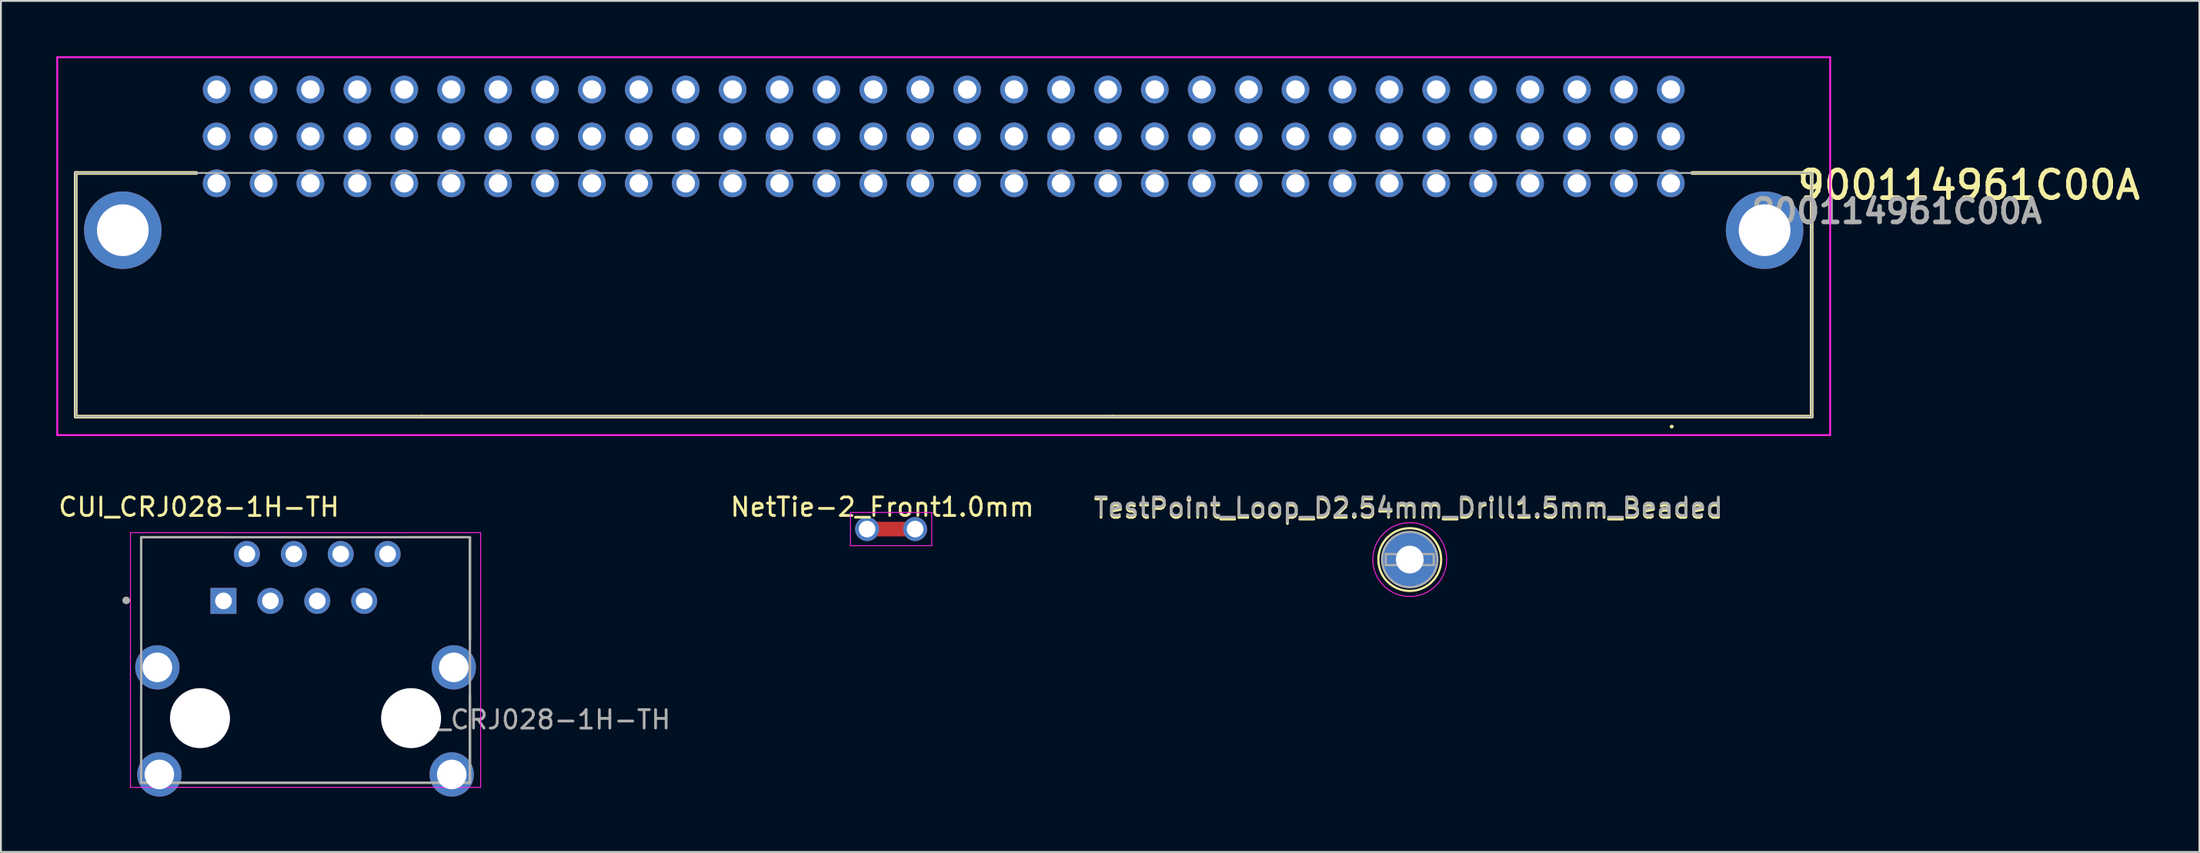
<source format=kicad_pcb>
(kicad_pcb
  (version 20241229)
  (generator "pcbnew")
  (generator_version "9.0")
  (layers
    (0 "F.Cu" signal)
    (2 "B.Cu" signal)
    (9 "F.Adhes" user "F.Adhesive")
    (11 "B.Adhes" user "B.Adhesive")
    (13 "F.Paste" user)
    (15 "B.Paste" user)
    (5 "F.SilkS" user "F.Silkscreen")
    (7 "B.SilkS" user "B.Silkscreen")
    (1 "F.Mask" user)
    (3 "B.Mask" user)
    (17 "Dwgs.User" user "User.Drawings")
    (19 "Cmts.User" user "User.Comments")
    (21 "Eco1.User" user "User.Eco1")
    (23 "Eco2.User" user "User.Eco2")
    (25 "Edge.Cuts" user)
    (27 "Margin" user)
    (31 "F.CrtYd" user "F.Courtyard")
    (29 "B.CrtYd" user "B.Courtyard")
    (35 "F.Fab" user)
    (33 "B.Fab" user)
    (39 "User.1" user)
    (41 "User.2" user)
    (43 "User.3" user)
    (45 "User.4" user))
  (footprint "TestPoint_Loop_D2.54mm_Drill1.5mm_Beaded"
    (layer "F.Cu")
    (at 73.286 27.263)
    (property "Reference" "TestPoint_Loop_D2.54mm_Drill1.5mm_Beaded" (at -0.076 -2.743 0) (layer "F.SilkS") (effects (font (size 1 1) (thickness 0.15))))
    (attr through_hole)
    (fp_circle (center 0 0) (end 1.7 0) (stroke (width 0.12) (type solid)) (fill no) (layer "F.SilkS"))
    (fp_circle (center 0 0) (end 2 0) (stroke (width 0.05) (type solid)) (fill no) (layer "F.CrtYd"))
    (fp_line (start -1.3 -0.3) (end -1.3 0.3) (stroke (width 0.12) (type solid)) (layer "F.Fab"))
    (fp_line (start -1.3 0.3) (end 1.3 0.3) (stroke (width 0.12) (type solid)) (layer "F.Fab"))
    (fp_line (start 1.3 -0.3) (end -1.3 -0.3) (stroke (width 0.12) (type solid)) (layer "F.Fab"))
    (fp_line (start 1.3 0.3) (end 1.3 -0.3) (stroke (width 0.12) (type solid)) (layer "F.Fab"))
    (fp_circle (center 0 0) (end 1.5 0) (stroke (width 0.12) (type solid)) (fill no) (layer "F.Fab"))
    (fp_text user "${REFERENCE}" (at -0.076 -2.845 0) (layer "F.Fab") (effects (font (size 1 1) (thickness 0.15))))
    (pad "1" thru_hole circle (at 0 0) (size 3 3) (drill 1.5) (layers "*.Cu" "*.Mask")))
  (footprint "NetTie-2_Front1.0mm"
    (layer "F.Cu")
    (at 43.902 25.612)
    (property "Reference" "NetTie-2_Front1.0mm" (at 0.82 -1.194 0) (layer "F.SilkS") (effects (font (size 1 1) (thickness 0.15))))
    (attr exclude_from_pos_files)
    (fp_poly (pts (xy 0 -0.396) (xy 2.6 -0.396) (xy 2.6 0.396) (xy 0 0.396)) (stroke (width 0) (type solid)) (fill yes) (layer "F.Cu"))
    (fp_line (start -0.9 -0.9) (end 3.5 -0.9) (stroke (width 0.05) (type solid)) (layer "F.CrtYd"))
    (fp_line (start -0.9 0.9) (end -0.9 -0.9) (stroke (width 0.05) (type solid)) (layer "F.CrtYd"))
    (fp_line (start 3.5 -0.9) (end 3.5 0.9) (stroke (width 0.05) (type solid)) (layer "F.CrtYd"))
    (fp_line (start 3.5 0.9) (end -0.9 0.9) (stroke (width 0.05) (type solid)) (layer "F.CrtYd"))
    (pad "1" thru_hole circle (at 0 0) (size 1.3 1.3) (drill 0.9) (layers "*.Cu"))
    (pad "2" thru_hole circle (at 2.6 0) (size 1.3 1.3) (drill 0.9) (layers "*.Cu")))
  (footprint "900114961C00A"
    (layer "F.Cu")
    (at 87.42 6.88)
    (property "Reference" "900114961C00A" (at 16.142 0.095 0) (layer "F.SilkS") (effects (font (size 1.5 1.5) (thickness 0.254))))
    (attr through_hole)
    (fp_line (start -86.37 -0.56) (end -79.84 -0.56) (stroke (width 0.2) (type solid)) (layer "F.SilkS"))
    (fp_line (start -86.37 12.64) (end -86.37 -0.56) (stroke (width 0.2) (type solid)) (layer "F.SilkS"))
    (fp_line (start -67.64 12.64) (end -86.37 12.64) (stroke (width 0.2) (type solid)) (layer "F.SilkS"))
    (fp_line (start -30.24 12.64) (end -67.64 12.64) (stroke (width 0.2) (type solid)) (layer "F.SilkS"))
    (fp_line (start 0 13.18) (end 0 13.18) (stroke (width 0.1) (type solid)) (layer "F.SilkS"))
    (fp_line (start 0.1 13.18) (end 0.1 13.18) (stroke (width 0.1) (type solid)) (layer "F.SilkS"))
    (fp_line (start 1.16 -0.56) (end 7.63 -0.56) (stroke (width 0.2) (type solid)) (layer "F.SilkS"))
    (fp_line (start 7.63 -0.56) (end 7.63 12.64) (stroke (width 0.2) (type solid)) (layer "F.SilkS"))
    (fp_line (start 7.63 12.64) (end -30.24 12.64) (stroke (width 0.2) (type solid)) (layer "F.SilkS"))
    (fp_arc (start 0 13.18) (mid 0.05 13.13) (end 0.1 13.18) (stroke (width 0.1) (type solid)) (layer "F.SilkS"))
    (fp_arc (start 0.1 13.18) (mid 0.05 13.23) (end 0 13.18) (stroke (width 0.1) (type solid)) (layer "F.SilkS"))
    (fp_line (start -87.37 -6.83) (end 8.63 -6.83) (stroke (width 0.1) (type solid)) (layer "F.CrtYd"))
    (fp_line (start -87.37 13.64) (end -87.37 -6.83) (stroke (width 0.1) (type solid)) (layer "F.CrtYd"))
    (fp_line (start 8.63 -6.83) (end 8.63 13.64) (stroke (width 0.1) (type solid)) (layer "F.CrtYd"))
    (fp_line (start 8.63 13.64) (end -87.37 13.64) (stroke (width 0.1) (type solid)) (layer "F.CrtYd"))
    (fp_line (start -86.37 -0.56) (end 7.63 -0.56) (stroke (width 0.1) (type solid)) (layer "F.Fab"))
    (fp_line (start -86.37 12.64) (end -86.37 -0.56) (stroke (width 0.1) (type solid)) (layer "F.Fab"))
    (fp_line (start 7.63 -0.56) (end 7.63 12.64) (stroke (width 0.1) (type solid)) (layer "F.Fab"))
    (fp_line (start 7.63 12.64) (end -86.37 12.64) (stroke (width 0.1) (type solid)) (layer "F.Fab"))
    (fp_text user "${REFERENCE}" (at 12.243 1.516 0) (layer "F.Fab") (effects (font (size 1.27 1.27) (thickness 0.254))))
    (pad "A1" thru_hole circle (at -78.74 0) (size 1.5 1.5) (drill 1) (layers "*.Cu" "*.Mask"))
    (pad "A2" thru_hole circle (at -76.2 0) (size 1.5 1.5) (drill 1) (layers "*.Cu" "*.Mask"))
    (pad "A3" thru_hole circle (at -73.66 0) (size 1.5 1.5) (drill 1) (layers "*.Cu" "*.Mask"))
    (pad "A4" thru_hole circle (at -71.12 0) (size 1.5 1.5) (drill 1) (layers "*.Cu" "*.Mask"))
    (pad "A5" thru_hole circle (at -68.58 0) (size 1.5 1.5) (drill 1) (layers "*.Cu" "*.Mask"))
    (pad "A6" thru_hole circle (at -66.04 0) (size 1.5 1.5) (drill 1) (layers "*.Cu" "*.Mask"))
    (pad "A7" thru_hole circle (at -63.5 0) (size 1.5 1.5) (drill 1) (layers "*.Cu" "*.Mask"))
    (pad "A8" thru_hole circle (at -60.96 0) (size 1.5 1.5) (drill 1) (layers "*.Cu" "*.Mask"))
    (pad "A9" thru_hole circle (at -58.42 0) (size 1.5 1.5) (drill 1) (layers "*.Cu" "*.Mask"))
    (pad "A10" thru_hole circle (at -55.88 0) (size 1.5 1.5) (drill 1) (layers "*.Cu" "*.Mask"))
    (pad "A11" thru_hole circle (at -53.34 0) (size 1.5 1.5) (drill 1) (layers "*.Cu" "*.Mask"))
    (pad "A12" thru_hole circle (at -50.8 0) (size 1.5 1.5) (drill 1) (layers "*.Cu" "*.Mask"))
    (pad "A13" thru_hole circle (at -48.26 0) (size 1.5 1.5) (drill 1) (layers "*.Cu" "*.Mask"))
    (pad "A14" thru_hole circle (at -45.72 0) (size 1.5 1.5) (drill 1) (layers "*.Cu" "*.Mask"))
    (pad "A15" thru_hole circle (at -43.18 0) (size 1.5 1.5) (drill 1) (layers "*.Cu" "*.Mask"))
    (pad "A16" thru_hole circle (at -40.64 0) (size 1.5 1.5) (drill 1) (layers "*.Cu" "*.Mask"))
    (pad "A17" thru_hole circle (at -38.1 0) (size 1.5 1.5) (drill 1) (layers "*.Cu" "*.Mask"))
    (pad "A18" thru_hole circle (at -35.56 0) (size 1.5 1.5) (drill 1) (layers "*.Cu" "*.Mask"))
    (pad "A19" thru_hole circle (at -33.02 0) (size 1.5 1.5) (drill 1) (layers "*.Cu" "*.Mask"))
    (pad "A20" thru_hole circle (at -30.48 0) (size 1.5 1.5) (drill 1) (layers "*.Cu" "*.Mask"))
    (pad "A21" thru_hole circle (at -27.94 0) (size 1.5 1.5) (drill 1) (layers "*.Cu" "*.Mask"))
    (pad "A22" thru_hole circle (at -25.4 0) (size 1.5 1.5) (drill 1) (layers "*.Cu" "*.Mask"))
    (pad "A23" thru_hole circle (at -22.86 0) (size 1.5 1.5) (drill 1) (layers "*.Cu" "*.Mask"))
    (pad "A24" thru_hole circle (at -20.32 0) (size 1.5 1.5) (drill 1) (layers "*.Cu" "*.Mask"))
    (pad "A25" thru_hole circle (at -17.78 0) (size 1.5 1.5) (drill 1) (layers "*.Cu" "*.Mask"))
    (pad "A26" thru_hole circle (at -15.24 0) (size 1.5 1.5) (drill 1) (layers "*.Cu" "*.Mask"))
    (pad "A27" thru_hole circle (at -12.7 0) (size 1.5 1.5) (drill 1) (layers "*.Cu" "*.Mask"))
    (pad "A28" thru_hole circle (at -10.16 0) (size 1.5 1.5) (drill 1) (layers "*.Cu" "*.Mask"))
    (pad "A29" thru_hole circle (at -7.62 0) (size 1.5 1.5) (drill 1) (layers "*.Cu" "*.Mask"))
    (pad "A30" thru_hole circle (at -5.08 0) (size 1.5 1.5) (drill 1) (layers "*.Cu" "*.Mask"))
    (pad "A31" thru_hole circle (at -2.54 0) (size 1.5 1.5) (drill 1) (layers "*.Cu" "*.Mask"))
    (pad "A32" thru_hole circle (at 0 0) (size 1.5 1.5) (drill 1) (layers "*.Cu" "*.Mask"))
    (pad "B1" thru_hole circle (at -78.74 -2.54) (size 1.5 1.5) (drill 1) (layers "*.Cu" "*.Mask"))
    (pad "B2" thru_hole circle (at -76.2 -2.54) (size 1.5 1.5) (drill 1) (layers "*.Cu" "*.Mask"))
    (pad "B3" thru_hole circle (at -73.66 -2.54) (size 1.5 1.5) (drill 1) (layers "*.Cu" "*.Mask"))
    (pad "B4" thru_hole circle (at -71.12 -2.54) (size 1.5 1.5) (drill 1) (layers "*.Cu" "*.Mask"))
    (pad "B5" thru_hole circle (at -68.58 -2.54) (size 1.5 1.5) (drill 1) (layers "*.Cu" "*.Mask"))
    (pad "B6" thru_hole circle (at -66.04 -2.54) (size 1.5 1.5) (drill 1) (layers "*.Cu" "*.Mask"))
    (pad "B7" thru_hole circle (at -63.5 -2.54) (size 1.5 1.5) (drill 1) (layers "*.Cu" "*.Mask"))
    (pad "B8" thru_hole circle (at -60.96 -2.54) (size 1.5 1.5) (drill 1) (layers "*.Cu" "*.Mask"))
    (pad "B9" thru_hole circle (at -58.42 -2.54) (size 1.5 1.5) (drill 1) (layers "*.Cu" "*.Mask"))
    (pad "B10" thru_hole circle (at -55.88 -2.54) (size 1.5 1.5) (drill 1) (layers "*.Cu" "*.Mask"))
    (pad "B11" thru_hole circle (at -53.34 -2.54) (size 1.5 1.5) (drill 1) (layers "*.Cu" "*.Mask"))
    (pad "B12" thru_hole circle (at -50.8 -2.54) (size 1.5 1.5) (drill 1) (layers "*.Cu" "*.Mask"))
    (pad "B13" thru_hole circle (at -48.26 -2.54) (size 1.5 1.5) (drill 1) (layers "*.Cu" "*.Mask"))
    (pad "B14" thru_hole circle (at -45.72 -2.54) (size 1.5 1.5) (drill 1) (layers "*.Cu" "*.Mask"))
    (pad "B15" thru_hole circle (at -43.18 -2.54) (size 1.5 1.5) (drill 1) (layers "*.Cu" "*.Mask"))
    (pad "B16" thru_hole circle (at -40.64 -2.54) (size 1.5 1.5) (drill 1) (layers "*.Cu" "*.Mask"))
    (pad "B17" thru_hole circle (at -38.1 -2.54) (size 1.5 1.5) (drill 1) (layers "*.Cu" "*.Mask"))
    (pad "B18" thru_hole circle (at -35.56 -2.54) (size 1.5 1.5) (drill 1) (layers "*.Cu" "*.Mask"))
    (pad "B19" thru_hole circle (at -33.02 -2.54) (size 1.5 1.5) (drill 1) (layers "*.Cu" "*.Mask"))
    (pad "B20" thru_hole circle (at -30.48 -2.54) (size 1.5 1.5) (drill 1) (layers "*.Cu" "*.Mask"))
    (pad "B21" thru_hole circle (at -27.94 -2.54) (size 1.5 1.5) (drill 1) (layers "*.Cu" "*.Mask"))
    (pad "B22" thru_hole circle (at -25.4 -2.54) (size 1.5 1.5) (drill 1) (layers "*.Cu" "*.Mask"))
    (pad "B23" thru_hole circle (at -22.86 -2.54) (size 1.5 1.5) (drill 1) (layers "*.Cu" "*.Mask"))
    (pad "B24" thru_hole circle (at -20.32 -2.54) (size 1.5 1.5) (drill 1) (layers "*.Cu" "*.Mask"))
    (pad "B25" thru_hole circle (at -17.78 -2.54) (size 1.5 1.5) (drill 1) (layers "*.Cu" "*.Mask"))
    (pad "B26" thru_hole circle (at -15.24 -2.54) (size 1.5 1.5) (drill 1) (layers "*.Cu" "*.Mask"))
    (pad "B27" thru_hole circle (at -12.7 -2.54) (size 1.5 1.5) (drill 1) (layers "*.Cu" "*.Mask"))
    (pad "B28" thru_hole circle (at -10.16 -2.54) (size 1.5 1.5) (drill 1) (layers "*.Cu" "*.Mask"))
    (pad "B29" thru_hole circle (at -7.62 -2.54) (size 1.5 1.5) (drill 1) (layers "*.Cu" "*.Mask"))
    (pad "B30" thru_hole circle (at -5.08 -2.54) (size 1.5 1.5) (drill 1) (layers "*.Cu" "*.Mask"))
    (pad "B31" thru_hole circle (at -2.54 -2.54) (size 1.5 1.5) (drill 1) (layers "*.Cu" "*.Mask"))
    (pad "B32" thru_hole circle (at 0 -2.54) (size 1.5 1.5) (drill 1) (layers "*.Cu" "*.Mask"))
    (pad "C1" thru_hole circle (at -78.74 -5.08) (size 1.5 1.5) (drill 1) (layers "*.Cu" "*.Mask"))
    (pad "C2" thru_hole circle (at -76.2 -5.08) (size 1.5 1.5) (drill 1) (layers "*.Cu" "*.Mask"))
    (pad "C3" thru_hole circle (at -73.66 -5.08) (size 1.5 1.5) (drill 1) (layers "*.Cu" "*.Mask"))
    (pad "C4" thru_hole circle (at -71.12 -5.08) (size 1.5 1.5) (drill 1) (layers "*.Cu" "*.Mask"))
    (pad "C5" thru_hole circle (at -68.58 -5.08) (size 1.5 1.5) (drill 1) (layers "*.Cu" "*.Mask"))
    (pad "C6" thru_hole circle (at -66.04 -5.08) (size 1.5 1.5) (drill 1) (layers "*.Cu" "*.Mask"))
    (pad "C7" thru_hole circle (at -63.5 -5.08) (size 1.5 1.5) (drill 1) (layers "*.Cu" "*.Mask"))
    (pad "C8" thru_hole circle (at -60.96 -5.08) (size 1.5 1.5) (drill 1) (layers "*.Cu" "*.Mask"))
    (pad "C9" thru_hole circle (at -58.42 -5.08) (size 1.5 1.5) (drill 1) (layers "*.Cu" "*.Mask"))
    (pad "C10" thru_hole circle (at -55.88 -5.08) (size 1.5 1.5) (drill 1) (layers "*.Cu" "*.Mask"))
    (pad "C11" thru_hole circle (at -53.34 -5.08) (size 1.5 1.5) (drill 1) (layers "*.Cu" "*.Mask"))
    (pad "C12" thru_hole circle (at -50.8 -5.08) (size 1.5 1.5) (drill 1) (layers "*.Cu" "*.Mask"))
    (pad "C13" thru_hole circle (at -48.26 -5.08) (size 1.5 1.5) (drill 1) (layers "*.Cu" "*.Mask"))
    (pad "C14" thru_hole circle (at -45.72 -5.08) (size 1.5 1.5) (drill 1) (layers "*.Cu" "*.Mask"))
    (pad "C15" thru_hole circle (at -43.18 -5.08) (size 1.5 1.5) (drill 1) (layers "*.Cu" "*.Mask"))
    (pad "C16" thru_hole circle (at -40.64 -5.08) (size 1.5 1.5) (drill 1) (layers "*.Cu" "*.Mask"))
    (pad "C17" thru_hole circle (at -38.1 -5.08) (size 1.5 1.5) (drill 1) (layers "*.Cu" "*.Mask"))
    (pad "C18" thru_hole circle (at -35.56 -5.08) (size 1.5 1.5) (drill 1) (layers "*.Cu" "*.Mask"))
    (pad "C19" thru_hole circle (at -33.02 -5.08) (size 1.5 1.5) (drill 1) (layers "*.Cu" "*.Mask"))
    (pad "C20" thru_hole circle (at -30.48 -5.08) (size 1.5 1.5) (drill 1) (layers "*.Cu" "*.Mask"))
    (pad "C21" thru_hole circle (at -27.94 -5.08) (size 1.5 1.5) (drill 1) (layers "*.Cu" "*.Mask"))
    (pad "C22" thru_hole circle (at -25.4 -5.08) (size 1.5 1.5) (drill 1) (layers "*.Cu" "*.Mask"))
    (pad "C23" thru_hole circle (at -22.86 -5.08) (size 1.5 1.5) (drill 1) (layers "*.Cu" "*.Mask"))
    (pad "C24" thru_hole circle (at -20.32 -5.08) (size 1.5 1.5) (drill 1) (layers "*.Cu" "*.Mask"))
    (pad "C25" thru_hole circle (at -17.78 -5.08) (size 1.5 1.5) (drill 1) (layers "*.Cu" "*.Mask"))
    (pad "C26" thru_hole circle (at -15.24 -5.08) (size 1.5 1.5) (drill 1) (layers "*.Cu" "*.Mask"))
    (pad "C27" thru_hole circle (at -12.7 -5.08) (size 1.5 1.5) (drill 1) (layers "*.Cu" "*.Mask"))
    (pad "C28" thru_hole circle (at -10.16 -5.08) (size 1.5 1.5) (drill 1) (layers "*.Cu" "*.Mask"))
    (pad "C29" thru_hole circle (at -7.62 -5.08) (size 1.5 1.5) (drill 1) (layers "*.Cu" "*.Mask"))
    (pad "C30" thru_hole circle (at -5.08 -5.08) (size 1.5 1.5) (drill 1) (layers "*.Cu" "*.Mask"))
    (pad "C31" thru_hole circle (at -2.54 -5.08) (size 1.5 1.5) (drill 1) (layers "*.Cu" "*.Mask"))
    (pad "C32" thru_hole circle (at 0 -5.08) (size 1.5 1.5) (drill 1) (layers "*.Cu" "*.Mask"))
    (pad "MH1" thru_hole circle (at -83.82 2.54) (size 4.2 4.2) (drill 2.8) (layers "*.Cu" "*.Mask"))
    (pad "MH2" thru_hole circle (at 5.08 2.54) (size 4.2 4.2) (drill 2.8) (layers "*.Cu" "*.Mask")))
  (footprint "CUI_CRJ028-1H-TH"
    (layer "F.Cu")
    (at 13.495 35.853)
    (property "Reference" "CUI_CRJ028-1H-TH" (at -5.775 -11.435 0) (layer "F.SilkS") (effects (font (size 1 1) (thickness 0.15))))
    (attr through_hole)
    (fp_line (start -8.9 -9.8) (end -4.2 -9.8) (stroke (width 0.127) (type solid)) (layer "F.SilkS"))
    (fp_line (start -8.9 -4.28) (end -8.9 -9.8) (stroke (width 0.127) (type solid)) (layer "F.SilkS"))
    (fp_line (start -8.9 3.5) (end -8.9 -1.22) (stroke (width 0.127) (type solid)) (layer "F.SilkS"))
    (fp_line (start 5.48 -9.8) (end 8.9 -9.8) (stroke (width 0.127) (type solid)) (layer "F.SilkS"))
    (fp_line (start 8.9 -4.28) (end 8.9 -9.8) (stroke (width 0.127) (type solid)) (layer "F.SilkS"))
    (fp_line (start 8.9 3.5) (end -8.9 3.5) (stroke (width 0.127) (type solid)) (layer "F.SilkS"))
    (fp_line (start 8.9 3.5) (end 8.9 -1.22) (stroke (width 0.127) (type solid)) (layer "F.SilkS"))
    (fp_circle (center -9.71 -6.38) (end -9.61 -6.38) (stroke (width 0.2) (type solid)) (fill no) (layer "F.SilkS"))
    (fp_line (start -9.48 -10.05) (end 9.48 -10.05) (stroke (width 0.05) (type solid)) (layer "F.CrtYd"))
    (fp_line (start -9.48 3.75) (end -9.48 -10.05) (stroke (width 0.05) (type solid)) (layer "F.CrtYd"))
    (fp_line (start 9.48 -10.05) (end 9.48 3.75) (stroke (width 0.05) (type solid)) (layer "F.CrtYd"))
    (fp_line (start 9.48 3.75) (end -9.48 3.75) (stroke (width 0.05) (type solid)) (layer "F.CrtYd"))
    (fp_line (start -8.9 -9.8) (end 8.9 -9.8) (stroke (width 0.127) (type solid)) (layer "F.Fab"))
    (fp_line (start -8.9 3.5) (end -8.9 -9.8) (stroke (width 0.127) (type solid)) (layer "F.Fab"))
    (fp_line (start 8.9 -9.8) (end 8.9 3.5) (stroke (width 0.127) (type solid)) (layer "F.Fab"))
    (fp_line (start 8.9 3.5) (end -8.9 3.5) (stroke (width 0.127) (type solid)) (layer "F.Fab"))
    (fp_circle (center -9.71 -6.38) (end -9.61 -6.38) (stroke (width 0.2) (type solid)) (fill no) (layer "F.Fab"))
    (fp_text user "${REFERENCE}" (at 12.167 0.083 0) (unlocked yes) (layer "F.Fab") (effects (font (size 1 1) (thickness 0.15))))
    (pad "" np_thru_hole circle (at -5.715 0) (size 3.25 3.25) (drill 3.25) (layers "*.Cu" "*.Mask"))
    (pad "" np_thru_hole circle (at 5.715 0) (size 3.25 3.25) (drill 3.25) (layers "*.Cu" "*.Mask"))
    (pad "1" thru_hole rect (at -4.445 -6.35) (size 1.408 1.408) (drill 0.9) (layers "*.Cu" "*.Mask"))
    (pad "2" thru_hole circle (at -3.175 -8.89) (size 1.408 1.408) (drill 0.9) (layers "*.Cu" "*.Mask"))
    (pad "3" thru_hole circle (at -1.905 -6.35) (size 1.408 1.408) (drill 0.9) (layers "*.Cu" "*.Mask"))
    (pad "4" thru_hole circle (at -0.635 -8.89) (size 1.408 1.408) (drill 0.9) (layers "*.Cu" "*.Mask"))
    (pad "5" thru_hole circle (at 0.635 -6.35) (size 1.408 1.408) (drill 0.9) (layers "*.Cu" "*.Mask"))
    (pad "6" thru_hole circle (at 1.905 -8.89) (size 1.408 1.408) (drill 0.9) (layers "*.Cu" "*.Mask"))
    (pad "7" thru_hole circle (at 3.175 -6.35) (size 1.408 1.408) (drill 0.9) (layers "*.Cu" "*.Mask"))
    (pad "8" thru_hole circle (at 4.445 -8.89) (size 1.408 1.408) (drill 0.9) (layers "*.Cu" "*.Mask"))
    (pad "S1" thru_hole circle (at -8.025 -2.75) (size 2.4 2.4) (drill 1.6) (layers "*.Cu" "*.Mask"))
    (pad "S1" thru_hole circle (at -7.915 3.05) (size 2.4 2.4) (drill 1.6) (layers "*.Cu" "*.Mask"))
    (pad "S2" thru_hole circle (at 7.915 3.05) (size 2.4 2.4) (drill 1.6) (layers "*.Cu" "*.Mask"))
    (pad "S2" thru_hole circle (at 8.025 -2.75) (size 2.4 2.4) (drill 1.6) (layers "*.Cu" "*.Mask")))
  (gr_rect
    (start -3 -3)
    (end 116.043 43.103)
    (stroke (width 0.1) (type default))
    (fill no)
    (layer "Edge.Cuts")))
</source>
